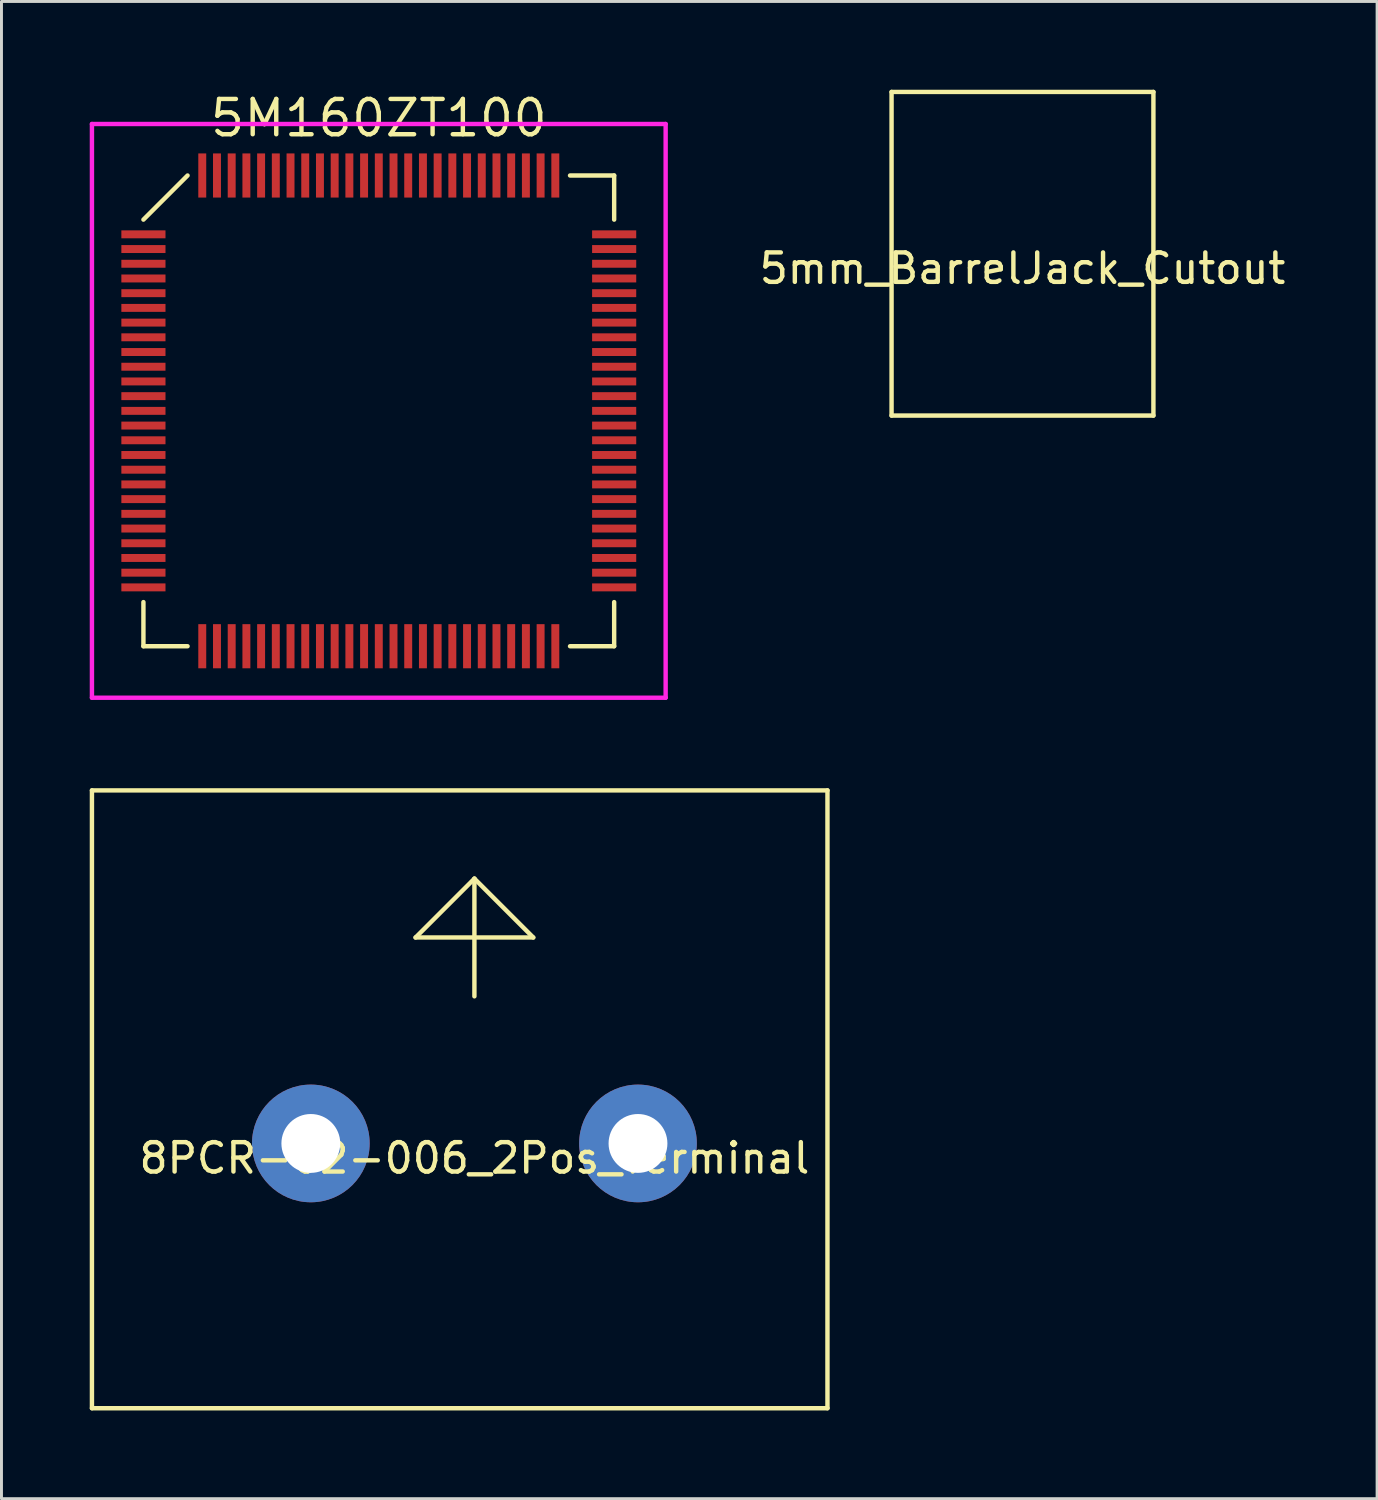
<source format=kicad_pcb>
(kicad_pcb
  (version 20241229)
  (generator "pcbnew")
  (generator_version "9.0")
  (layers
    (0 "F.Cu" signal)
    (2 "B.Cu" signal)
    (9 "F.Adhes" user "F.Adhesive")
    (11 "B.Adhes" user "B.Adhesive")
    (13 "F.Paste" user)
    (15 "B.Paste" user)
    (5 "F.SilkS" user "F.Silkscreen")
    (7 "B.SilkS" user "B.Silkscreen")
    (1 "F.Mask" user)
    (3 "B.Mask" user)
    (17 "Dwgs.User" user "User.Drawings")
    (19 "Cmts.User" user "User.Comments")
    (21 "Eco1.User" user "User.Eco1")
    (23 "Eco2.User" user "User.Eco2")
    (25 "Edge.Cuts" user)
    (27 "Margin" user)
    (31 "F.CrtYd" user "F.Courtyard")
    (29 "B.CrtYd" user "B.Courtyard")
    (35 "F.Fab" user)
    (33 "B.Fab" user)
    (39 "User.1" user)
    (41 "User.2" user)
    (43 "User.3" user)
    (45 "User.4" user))
  (footprint "5M160ZT100"
    (layer "F.Cu")
    (at 9.825 10.915)
    (property "Reference" "5M160ZT100" (at 0 -9.95 0) (layer "F.SilkS") (effects (font (size 1.2 1.2) (thickness 0.15))))
    (attr through_hole)
    (fp_line (start -8 -6.5) (end -6.5 -8) (stroke (width 0.15) (type solid)) (layer "F.SilkS"))
    (fp_line (start -8 8) (end -8 6.5) (stroke (width 0.15) (type solid)) (layer "F.SilkS"))
    (fp_line (start -6.5 8) (end -8 8) (stroke (width 0.15) (type solid)) (layer "F.SilkS"))
    (fp_line (start 6.5 -8) (end 8 -8) (stroke (width 0.15) (type solid)) (layer "F.SilkS"))
    (fp_line (start 6.5 8) (end 8 8) (stroke (width 0.15) (type solid)) (layer "F.SilkS"))
    (fp_line (start 8 -8) (end 8 -6.5) (stroke (width 0.15) (type solid)) (layer "F.SilkS"))
    (fp_line (start 8 8) (end 8 6.5) (stroke (width 0.15) (type solid)) (layer "F.SilkS"))
    (fp_line (start -9.75 -9.75) (end 9.75 -9.75) (stroke (width 0.15) (type solid)) (layer "F.CrtYd"))
    (fp_line (start -9.75 9.75) (end -9.75 -9.75) (stroke (width 0.15) (type solid)) (layer "F.CrtYd"))
    (fp_line (start 9.75 -9.75) (end 9.75 9.75) (stroke (width 0.15) (type solid)) (layer "F.CrtYd"))
    (fp_line (start 9.75 9.75) (end -9.75 9.75) (stroke (width 0.15) (type solid)) (layer "F.CrtYd"))
    (pad "1" smd rect (at -8 -6 90) (size 0.27 1.5) (layers "F.Cu" "F.Mask" "F.Paste"))
    (pad "2" smd rect (at -8 -5.5 90) (size 0.27 1.5) (layers "F.Cu" "F.Mask" "F.Paste"))
    (pad "3" smd rect (at -8 -5 90) (size 0.27 1.5) (layers "F.Cu" "F.Mask" "F.Paste"))
    (pad "4" smd rect (at -8 -4.5 90) (size 0.27 1.5) (layers "F.Cu" "F.Mask" "F.Paste"))
    (pad "5" smd rect (at -8 -4 90) (size 0.27 1.5) (layers "F.Cu" "F.Mask" "F.Paste"))
    (pad "6" smd rect (at -8 -3.5 90) (size 0.27 1.5) (layers "F.Cu" "F.Mask" "F.Paste"))
    (pad "7" smd rect (at -8 -3 90) (size 0.27 1.5) (layers "F.Cu" "F.Mask" "F.Paste"))
    (pad "8" smd rect (at -8 -2.5 90) (size 0.27 1.5) (layers "F.Cu" "F.Mask" "F.Paste"))
    (pad "9" smd rect (at -8 -2 90) (size 0.27 1.5) (layers "F.Cu" "F.Mask" "F.Paste"))
    (pad "10" smd rect (at -8 -1.5 90) (size 0.27 1.5) (layers "F.Cu" "F.Mask" "F.Paste"))
    (pad "11" smd rect (at -8 -1 90) (size 0.27 1.5) (layers "F.Cu" "F.Mask" "F.Paste"))
    (pad "12" smd rect (at -8 -0.5 90) (size 0.27 1.5) (layers "F.Cu" "F.Mask" "F.Paste"))
    (pad "13" smd rect (at -8 0 90) (size 0.27 1.5) (layers "F.Cu" "F.Mask" "F.Paste"))
    (pad "14" smd rect (at -8 0.5 90) (size 0.27 1.5) (layers "F.Cu" "F.Mask" "F.Paste"))
    (pad "15" smd rect (at -8 1 90) (size 0.27 1.5) (layers "F.Cu" "F.Mask" "F.Paste"))
    (pad "16" smd rect (at -8 1.5 90) (size 0.27 1.5) (layers "F.Cu" "F.Mask" "F.Paste"))
    (pad "17" smd rect (at -8 2 90) (size 0.27 1.5) (layers "F.Cu" "F.Mask" "F.Paste"))
    (pad "18" smd rect (at -8 2.5 90) (size 0.27 1.5) (layers "F.Cu" "F.Mask" "F.Paste"))
    (pad "19" smd rect (at -8 3 90) (size 0.27 1.5) (layers "F.Cu" "F.Mask" "F.Paste"))
    (pad "20" smd rect (at -8 3.5 90) (size 0.27 1.5) (layers "F.Cu" "F.Mask" "F.Paste"))
    (pad "21" smd rect (at -8 4 90) (size 0.27 1.5) (layers "F.Cu" "F.Mask" "F.Paste"))
    (pad "22" smd rect (at -8 4.5 90) (size 0.27 1.5) (layers "F.Cu" "F.Mask" "F.Paste"))
    (pad "23" smd rect (at -8 5 90) (size 0.27 1.5) (layers "F.Cu" "F.Mask" "F.Paste"))
    (pad "24" smd rect (at -8 5.5 90) (size 0.27 1.5) (layers "F.Cu" "F.Mask" "F.Paste"))
    (pad "25" smd rect (at -8 6 90) (size 0.27 1.5) (layers "F.Cu" "F.Mask" "F.Paste"))
    (pad "26" smd rect (at -6 8) (size 0.27 1.5) (layers "F.Cu" "F.Mask" "F.Paste"))
    (pad "27" smd rect (at -5.5 8) (size 0.27 1.5) (layers "F.Cu" "F.Mask" "F.Paste"))
    (pad "28" smd rect (at -5 8) (size 0.27 1.5) (layers "F.Cu" "F.Mask" "F.Paste"))
    (pad "29" smd rect (at -4.5 8) (size 0.27 1.5) (layers "F.Cu" "F.Mask" "F.Paste"))
    (pad "30" smd rect (at -4 8) (size 0.27 1.5) (layers "F.Cu" "F.Mask" "F.Paste"))
    (pad "31" smd rect (at -3.5 8) (size 0.27 1.5) (layers "F.Cu" "F.Mask" "F.Paste"))
    (pad "32" smd rect (at -3 8) (size 0.27 1.5) (layers "F.Cu" "F.Mask" "F.Paste"))
    (pad "33" smd rect (at -2.5 8) (size 0.27 1.5) (layers "F.Cu" "F.Mask" "F.Paste"))
    (pad "34" smd rect (at -2 8) (size 0.27 1.5) (layers "F.Cu" "F.Mask" "F.Paste"))
    (pad "35" smd rect (at -1.5 8) (size 0.27 1.5) (layers "F.Cu" "F.Mask" "F.Paste"))
    (pad "36" smd rect (at -1 8) (size 0.27 1.5) (layers "F.Cu" "F.Mask" "F.Paste"))
    (pad "37" smd rect (at -0.5 8) (size 0.27 1.5) (layers "F.Cu" "F.Mask" "F.Paste"))
    (pad "38" smd rect (at 0 8) (size 0.27 1.5) (layers "F.Cu" "F.Mask" "F.Paste"))
    (pad "39" smd rect (at 0.5 8) (size 0.27 1.5) (layers "F.Cu" "F.Mask" "F.Paste"))
    (pad "40" smd rect (at 1 8) (size 0.27 1.5) (layers "F.Cu" "F.Mask" "F.Paste"))
    (pad "41" smd rect (at 1.5 8) (size 0.27 1.5) (layers "F.Cu" "F.Mask" "F.Paste"))
    (pad "42" smd rect (at 2 8) (size 0.27 1.5) (layers "F.Cu" "F.Mask" "F.Paste"))
    (pad "43" smd rect (at 2.5 8) (size 0.27 1.5) (layers "F.Cu" "F.Mask" "F.Paste"))
    (pad "44" smd rect (at 3 8) (size 0.27 1.5) (layers "F.Cu" "F.Mask" "F.Paste"))
    (pad "45" smd rect (at 3.5 8) (size 0.27 1.5) (layers "F.Cu" "F.Mask" "F.Paste"))
    (pad "46" smd rect (at 4 8) (size 0.27 1.5) (layers "F.Cu" "F.Mask" "F.Paste"))
    (pad "47" smd rect (at 4.5 8) (size 0.27 1.5) (layers "F.Cu" "F.Mask" "F.Paste"))
    (pad "48" smd rect (at 5 8) (size 0.27 1.5) (layers "F.Cu" "F.Mask" "F.Paste"))
    (pad "49" smd rect (at 5.5 8) (size 0.27 1.5) (layers "F.Cu" "F.Mask" "F.Paste"))
    (pad "50" smd rect (at 6 8) (size 0.27 1.5) (layers "F.Cu" "F.Mask" "F.Paste"))
    (pad "51" smd rect (at 8 6 90) (size 0.27 1.5) (layers "F.Cu" "F.Mask" "F.Paste"))
    (pad "52" smd rect (at 8 5.5 90) (size 0.27 1.5) (layers "F.Cu" "F.Mask" "F.Paste"))
    (pad "53" smd rect (at 8 5 90) (size 0.27 1.5) (layers "F.Cu" "F.Mask" "F.Paste"))
    (pad "54" smd rect (at 8 4.5 90) (size 0.27 1.5) (layers "F.Cu" "F.Mask" "F.Paste"))
    (pad "55" smd rect (at 8 4 90) (size 0.27 1.5) (layers "F.Cu" "F.Mask" "F.Paste"))
    (pad "56" smd rect (at 8 3.5 90) (size 0.27 1.5) (layers "F.Cu" "F.Mask" "F.Paste"))
    (pad "57" smd rect (at 8 3 90) (size 0.27 1.5) (layers "F.Cu" "F.Mask" "F.Paste"))
    (pad "58" smd rect (at 8 2.5 90) (size 0.27 1.5) (layers "F.Cu" "F.Mask" "F.Paste"))
    (pad "59" smd rect (at 8 2 90) (size 0.27 1.5) (layers "F.Cu" "F.Mask" "F.Paste"))
    (pad "60" smd rect (at 8 1.5 90) (size 0.27 1.5) (layers "F.Cu" "F.Mask" "F.Paste"))
    (pad "61" smd rect (at 8 1 90) (size 0.27 1.5) (layers "F.Cu" "F.Mask" "F.Paste"))
    (pad "62" smd rect (at 8 0.5 90) (size 0.27 1.5) (layers "F.Cu" "F.Mask" "F.Paste"))
    (pad "63" smd rect (at 8 0 90) (size 0.27 1.5) (layers "F.Cu" "F.Mask" "F.Paste"))
    (pad "64" smd rect (at 8 -0.5 90) (size 0.27 1.5) (layers "F.Cu" "F.Mask" "F.Paste"))
    (pad "65" smd rect (at 8 -1 90) (size 0.27 1.5) (layers "F.Cu" "F.Mask" "F.Paste"))
    (pad "66" smd rect (at 8 -1.5 90) (size 0.27 1.5) (layers "F.Cu" "F.Mask" "F.Paste"))
    (pad "67" smd rect (at 8 -2 90) (size 0.27 1.5) (layers "F.Cu" "F.Mask" "F.Paste"))
    (pad "68" smd rect (at 8 -2.5 90) (size 0.27 1.5) (layers "F.Cu" "F.Mask" "F.Paste"))
    (pad "69" smd rect (at 8 -3 90) (size 0.27 1.5) (layers "F.Cu" "F.Mask" "F.Paste"))
    (pad "70" smd rect (at 8 -3.5 90) (size 0.27 1.5) (layers "F.Cu" "F.Mask" "F.Paste"))
    (pad "71" smd rect (at 8 -4 90) (size 0.27 1.5) (layers "F.Cu" "F.Mask" "F.Paste"))
    (pad "72" smd rect (at 8 -4.5 90) (size 0.27 1.5) (layers "F.Cu" "F.Mask" "F.Paste"))
    (pad "73" smd rect (at 8 -5 90) (size 0.27 1.5) (layers "F.Cu" "F.Mask" "F.Paste"))
    (pad "74" smd rect (at 8 -5.5 90) (size 0.27 1.5) (layers "F.Cu" "F.Mask" "F.Paste"))
    (pad "75" smd rect (at 8 -6 90) (size 0.27 1.5) (layers "F.Cu" "F.Mask" "F.Paste"))
    (pad "76" smd rect (at 6 -8) (size 0.27 1.5) (layers "F.Cu" "F.Mask" "F.Paste"))
    (pad "77" smd rect (at 5.5 -8) (size 0.27 1.5) (layers "F.Cu" "F.Mask" "F.Paste"))
    (pad "78" smd rect (at 5 -8) (size 0.27 1.5) (layers "F.Cu" "F.Mask" "F.Paste"))
    (pad "79" smd rect (at 4.5 -8) (size 0.27 1.5) (layers "F.Cu" "F.Mask" "F.Paste"))
    (pad "80" smd rect (at 4 -8) (size 0.27 1.5) (layers "F.Cu" "F.Mask" "F.Paste"))
    (pad "81" smd rect (at 3.5 -8) (size 0.27 1.5) (layers "F.Cu" "F.Mask" "F.Paste"))
    (pad "82" smd rect (at 3 -8) (size 0.27 1.5) (layers "F.Cu" "F.Mask" "F.Paste"))
    (pad "83" smd rect (at 2.5 -8) (size 0.27 1.5) (layers "F.Cu" "F.Mask" "F.Paste"))
    (pad "84" smd rect (at 2 -8) (size 0.27 1.5) (layers "F.Cu" "F.Mask" "F.Paste"))
    (pad "85" smd rect (at 1.5 -8) (size 0.27 1.5) (layers "F.Cu" "F.Mask" "F.Paste"))
    (pad "86" smd rect (at 1 -8) (size 0.27 1.5) (layers "F.Cu" "F.Mask" "F.Paste"))
    (pad "87" smd rect (at 0.5 -8) (size 0.27 1.5) (layers "F.Cu" "F.Mask" "F.Paste"))
    (pad "88" smd rect (at 0 -8) (size 0.27 1.5) (layers "F.Cu" "F.Mask" "F.Paste"))
    (pad "89" smd rect (at -0.5 -8) (size 0.27 1.5) (layers "F.Cu" "F.Mask" "F.Paste"))
    (pad "90" smd rect (at -1 -8) (size 0.27 1.5) (layers "F.Cu" "F.Mask" "F.Paste"))
    (pad "91" smd rect (at -1.5 -8) (size 0.27 1.5) (layers "F.Cu" "F.Mask" "F.Paste"))
    (pad "92" smd rect (at -2 -8) (size 0.27 1.5) (layers "F.Cu" "F.Mask" "F.Paste"))
    (pad "93" smd rect (at -2.5 -8) (size 0.27 1.5) (layers "F.Cu" "F.Mask" "F.Paste"))
    (pad "94" smd rect (at -3 -8) (size 0.27 1.5) (layers "F.Cu" "F.Mask" "F.Paste"))
    (pad "95" smd rect (at -3.5 -8) (size 0.27 1.5) (layers "F.Cu" "F.Mask" "F.Paste"))
    (pad "96" smd rect (at -4 -8) (size 0.27 1.5) (layers "F.Cu" "F.Mask" "F.Paste"))
    (pad "97" smd rect (at -4.5 -8) (size 0.27 1.5) (layers "F.Cu" "F.Mask" "F.Paste"))
    (pad "98" smd rect (at -5 -8) (size 0.27 1.5) (layers "F.Cu" "F.Mask" "F.Paste"))
    (pad "99" smd rect (at -5.5 -8) (size 0.27 1.5) (layers "F.Cu" "F.Mask" "F.Paste"))
    (pad "100" smd rect (at -6 -8) (size 0.27 1.5) (layers "F.Cu" "F.Mask" "F.Paste")))
  (footprint "5mm_BarrelJack_Cutout"
    (layer "F.Cu")
    (at 31.704 5.575)
    (property "Reference" "5mm_BarrelJack_Cutout" (at 0 0.5 0) (layer "F.SilkS") (effects (font (size 1 1) (thickness 0.15))))
    (attr through_hole)
    (fp_line (start -4.45 -5.5) (end -4.45 5.5) (stroke (width 0.15) (type solid)) (layer "F.SilkS"))
    (fp_line (start -4.45 5.5) (end 4.45 5.5) (stroke (width 0.15) (type solid)) (layer "F.SilkS"))
    (fp_line (start 4.45 -5.5) (end -4.45 -5.5) (stroke (width 0.15) (type solid)) (layer "F.SilkS"))
    (fp_line (start 4.45 5.5) (end 4.45 -5.5) (stroke (width 0.15) (type solid)) (layer "F.SilkS")))
  (footprint "8PCR-02-006_2Pos_Terminal"
    (layer "F.Cu")
    (at 13.075 35.815)
    (property "Reference" "8PCR-02-006_2Pos_Terminal" (at 0 0.5 0) (layer "F.SilkS") (effects (font (size 1 1) (thickness 0.15))))
    (attr through_hole)
    (fp_line (start -13 -12) (end -13 9) (stroke (width 0.15) (type solid)) (layer "F.SilkS"))
    (fp_line (start -13 -12) (end 12 -12) (stroke (width 0.15) (type solid)) (layer "F.SilkS"))
    (fp_line (start -13 9) (end 12 9) (stroke (width 0.15) (type solid)) (layer "F.SilkS"))
    (fp_line (start -2 -7) (end 0 -9) (stroke (width 0.15) (type solid)) (layer "F.SilkS"))
    (fp_line (start 0 -9) (end 2 -7) (stroke (width 0.15) (type solid)) (layer "F.SilkS"))
    (fp_line (start 0 -5) (end 0 -9) (stroke (width 0.15) (type solid)) (layer "F.SilkS"))
    (fp_line (start 2 -7) (end -2 -7) (stroke (width 0.15) (type solid)) (layer "F.SilkS"))
    (fp_line (start 12 -12) (end 12 9) (stroke (width 0.15) (type solid)) (layer "F.SilkS"))
    (pad "1" thru_hole circle (at 5.56 0) (size 4 4) (drill 2) (layers "*.Cu" "*.Mask"))
    (pad "2" thru_hole circle (at -5.56 0) (size 4 4) (drill 2) (layers "*.Cu" "*.Mask")))
  (gr_rect
    (start -3 -3)
    (end 43.757 47.89)
    (stroke (width 0.1) (type default))
    (fill no)
    (layer "Edge.Cuts")))
</source>
